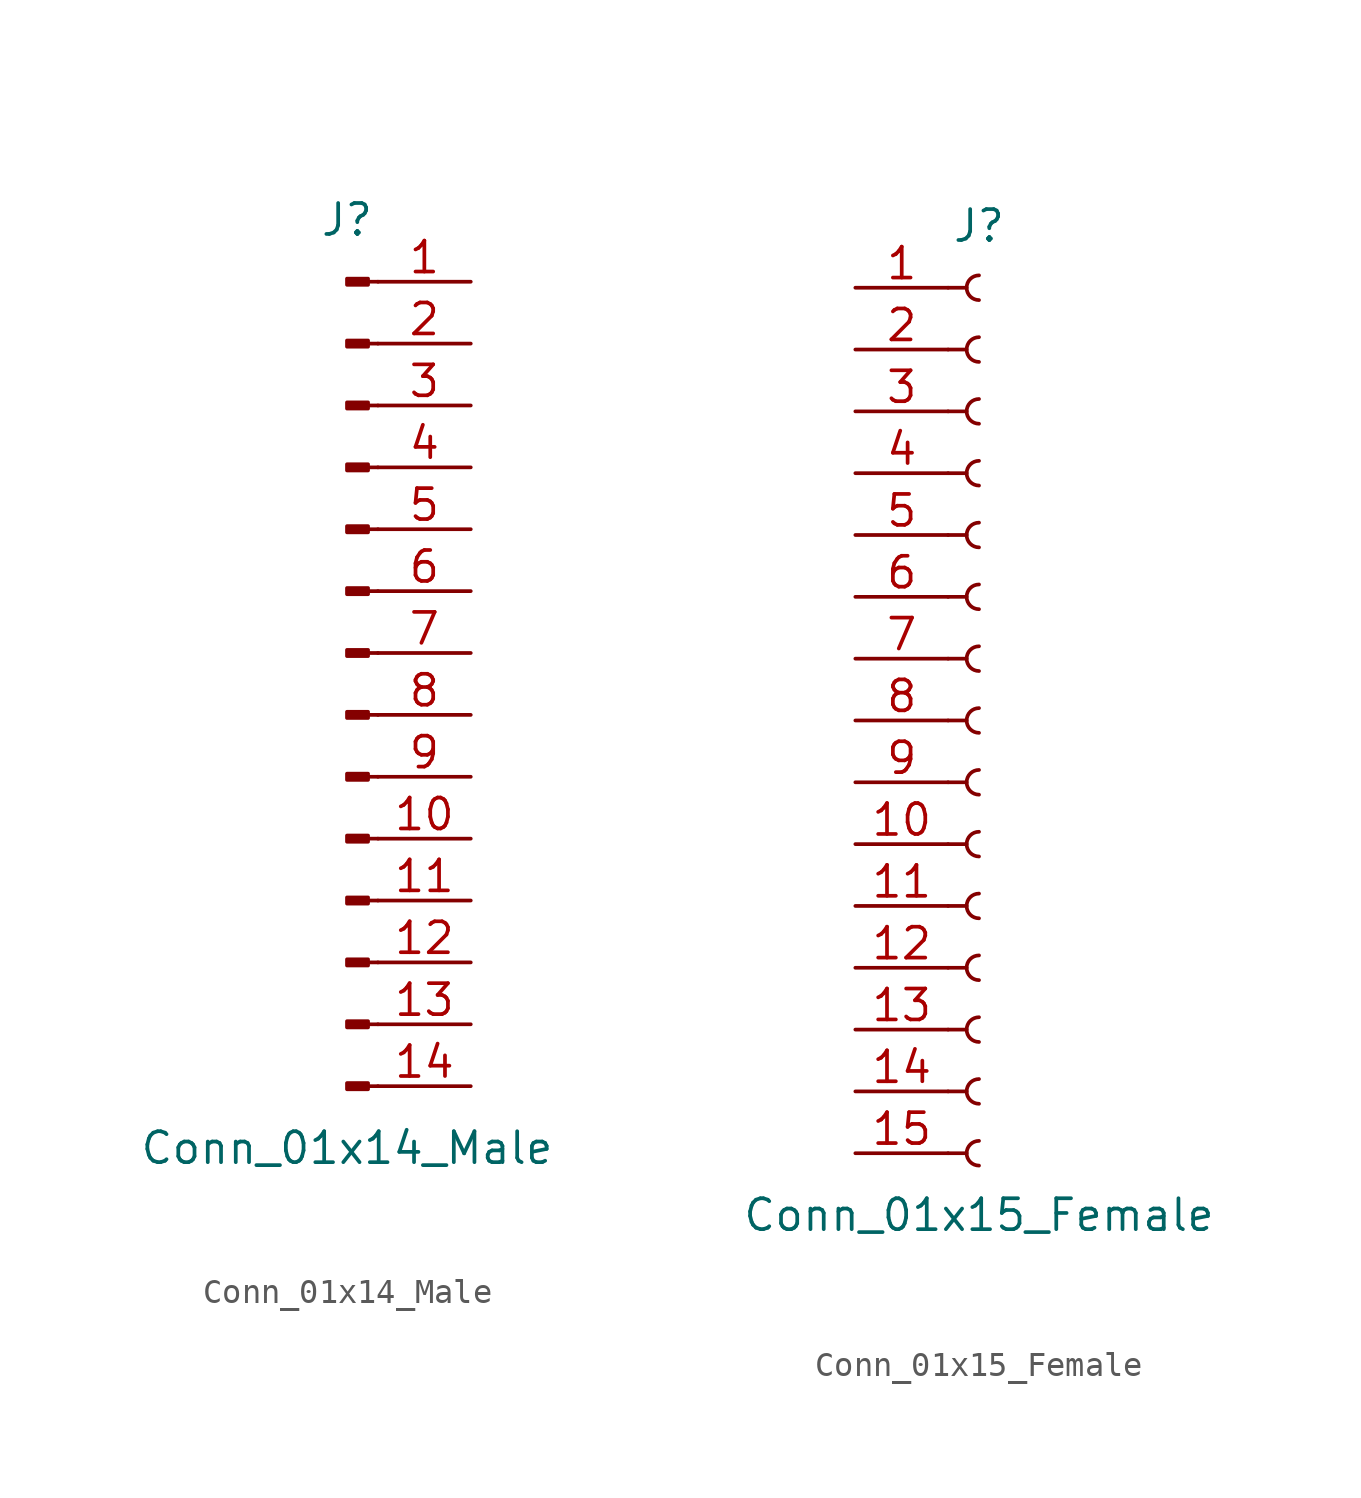
<source format=kicad_sym>
(kicad_symbol_lib
  (version 20201005)
  (generator kicad_symbol_editor)
  (symbol "Connector:Conn_01x14_Male"
    (pin_names
      (offset 1.016) hide)
    (property "Reference" "J"
      (at 0 17.78 0)
      (effects (font (size 1.27 1.27))))
    (property "Value" "Conn_01x14_Male"
      (at 0 -20.32 0)
      (effects (font (size 1.27 1.27))))
    (symbol "Conn_01x14_Male_1_1"
      (rectangle (start 0.864 -17.653) (end 0 -17.907) (stroke (width 0.152)) (fill (type outline)))
      (rectangle (start 0.864 -15.113) (end 0 -15.367) (stroke (width 0.152)) (fill (type outline)))
      (rectangle (start 0.864 -12.573) (end 0 -12.827) (stroke (width 0.152)) (fill (type outline)))
      (rectangle (start 0.864 -10.033) (end 0 -10.287) (stroke (width 0.152)) (fill (type outline)))
      (rectangle (start 0.864 -7.493) (end 0 -7.747) (stroke (width 0.152)) (fill (type outline)))
      (rectangle (start 0.864 -4.953) (end 0 -5.207) (stroke (width 0.152)) (fill (type outline)))
      (rectangle (start 0.864 -2.413) (end 0 -2.667) (stroke (width 0.152)) (fill (type outline)))
      (rectangle (start 0.864 0.127) (end 0 -0.127) (stroke (width 0.152)) (fill (type outline)))
      (rectangle (start 0.864 2.667) (end 0 2.413) (stroke (width 0.152)) (fill (type outline)))
      (rectangle (start 0.864 5.207) (end 0 4.953) (stroke (width 0.152)) (fill (type outline)))
      (rectangle (start 0.864 7.747) (end 0 7.493) (stroke (width 0.152)) (fill (type outline)))
      (rectangle (start 0.864 10.287) (end 0 10.033) (stroke (width 0.152)) (fill (type outline)))
      (rectangle (start 0.864 12.827) (end 0 12.573) (stroke (width 0.152)) (fill (type outline)))
      (rectangle (start 0.864 15.367) (end 0 15.113) (stroke (width 0.152)) (fill (type outline)))
      (polyline (pts (xy 1.27 -17.78) (xy 0.864 -17.78)) (stroke (width 0.152)) (fill (type none)))
      (polyline (pts (xy 1.27 -15.24) (xy 0.864 -15.24)) (stroke (width 0.152)) (fill (type none)))
      (polyline (pts (xy 1.27 -12.7) (xy 0.864 -12.7)) (stroke (width 0.152)) (fill (type none)))
      (polyline (pts (xy 1.27 -10.16) (xy 0.864 -10.16)) (stroke (width 0.152)) (fill (type none)))
      (polyline (pts (xy 1.27 -7.62) (xy 0.864 -7.62)) (stroke (width 0.152)) (fill (type none)))
      (polyline (pts (xy 1.27 -5.08) (xy 0.864 -5.08)) (stroke (width 0.152)) (fill (type none)))
      (polyline (pts (xy 1.27 -2.54) (xy 0.864 -2.54)) (stroke (width 0.152)) (fill (type none)))
      (polyline (pts (xy 1.27 0) (xy 0.864 0)) (stroke (width 0.152)) (fill (type none)))
      (polyline (pts (xy 1.27 2.54) (xy 0.864 2.54)) (stroke (width 0.152)) (fill (type none)))
      (polyline (pts (xy 1.27 5.08) (xy 0.864 5.08)) (stroke (width 0.152)) (fill (type none)))
      (polyline (pts (xy 1.27 7.62) (xy 0.864 7.62)) (stroke (width 0.152)) (fill (type none)))
      (polyline (pts (xy 1.27 10.16) (xy 0.864 10.16)) (stroke (width 0.152)) (fill (type none)))
      (polyline (pts (xy 1.27 12.7) (xy 0.864 12.7)) (stroke (width 0.152)) (fill (type none)))
      (polyline (pts (xy 1.27 15.24) (xy 0.864 15.24)) (stroke (width 0.152)) (fill (type none)))
      (pin passive line (at 5.08 15.24 180) (length 3.81) (name "Pin_1" (effects (font (size 1.27 1.27)))) (number "1" (effects (font (size 1.27 1.27)))))
      (pin passive line (at 5.08 -7.62 180) (length 3.81) (name "Pin_10" (effects (font (size 1.27 1.27)))) (number "10" (effects (font (size 1.27 1.27)))))
      (pin passive line (at 5.08 -10.16 180) (length 3.81) (name "Pin_11" (effects (font (size 1.27 1.27)))) (number "11" (effects (font (size 1.27 1.27)))))
      (pin passive line (at 5.08 -12.7 180) (length 3.81) (name "Pin_12" (effects (font (size 1.27 1.27)))) (number "12" (effects (font (size 1.27 1.27)))))
      (pin passive line (at 5.08 -15.24 180) (length 3.81) (name "Pin_13" (effects (font (size 1.27 1.27)))) (number "13" (effects (font (size 1.27 1.27)))))
      (pin passive line (at 5.08 -17.78 180) (length 3.81) (name "Pin_14" (effects (font (size 1.27 1.27)))) (number "14" (effects (font (size 1.27 1.27)))))
      (pin passive line (at 5.08 12.7 180) (length 3.81) (name "Pin_2" (effects (font (size 1.27 1.27)))) (number "2" (effects (font (size 1.27 1.27)))))
      (pin passive line (at 5.08 10.16 180) (length 3.81) (name "Pin_3" (effects (font (size 1.27 1.27)))) (number "3" (effects (font (size 1.27 1.27)))))
      (pin passive line (at 5.08 7.62 180) (length 3.81) (name "Pin_4" (effects (font (size 1.27 1.27)))) (number "4" (effects (font (size 1.27 1.27)))))
      (pin passive line (at 5.08 5.08 180) (length 3.81) (name "Pin_5" (effects (font (size 1.27 1.27)))) (number "5" (effects (font (size 1.27 1.27)))))
      (pin passive line (at 5.08 2.54 180) (length 3.81) (name "Pin_6" (effects (font (size 1.27 1.27)))) (number "6" (effects (font (size 1.27 1.27)))))
      (pin passive line (at 5.08 0 180) (length 3.81) (name "Pin_7" (effects (font (size 1.27 1.27)))) (number "7" (effects (font (size 1.27 1.27)))))
      (pin passive line (at 5.08 -2.54 180) (length 3.81) (name "Pin_8" (effects (font (size 1.27 1.27)))) (number "8" (effects (font (size 1.27 1.27)))))
      (pin passive line (at 5.08 -5.08 180) (length 3.81) (name "Pin_9" (effects (font (size 1.27 1.27)))) (number "9" (effects (font (size 1.27 1.27)))))))
  (symbol "Connector:Conn_01x15_Female"
    (pin_names
      (offset 1.016) hide)
    (property "Reference" "J"
      (at 0 20.32 0)
      (effects (font (size 1.27 1.27))))
    (property "Value" "Conn_01x15_Female"
      (at 0 -20.32 0)
      (effects (font (size 1.27 1.27))))
    (symbol "Conn_01x15_Female_1_1"
      (arc (start 0 -17.272) (end 0 -18.288) (radius (at 0 -17.78) (length 0.508) (angles 90.1 -90.1)) (stroke (width 0.1524)) (fill (type none)))
      (arc (start 0 -14.732) (end 0 -15.748) (radius (at 0 -15.24) (length 0.508) (angles 90.1 -90.1)) (stroke (width 0.1524)) (fill (type none)))
      (arc (start 0 -12.192) (end 0 -13.208) (radius (at 0 -12.7) (length 0.508) (angles 90.1 -90.1)) (stroke (width 0.1524)) (fill (type none)))
      (arc (start 0 -9.652) (end 0 -10.668) (radius (at 0 -10.16) (length 0.508) (angles 90.1 -90.1)) (stroke (width 0.1524)) (fill (type none)))
      (arc (start 0 -7.112) (end 0 -8.128) (radius (at 0 -7.62) (length 0.508) (angles 90.1 -90.1)) (stroke (width 0.1524)) (fill (type none)))
      (arc (start 0 -4.572) (end 0 -5.588) (radius (at 0 -5.08) (length 0.508) (angles 90.1 -90.1)) (stroke (width 0.1524)) (fill (type none)))
      (arc (start 0 -2.032) (end 0 -3.048) (radius (at 0 -2.54) (length 0.508) (angles 90.1 -90.1)) (stroke (width 0.1524)) (fill (type none)))
      (arc (start 0 0.508) (end 0 -0.508) (radius (at 0 0) (length 0.508) (angles 90.1 -90.1)) (stroke (width 0.1524)) (fill (type none)))
      (arc (start 0 3.048) (end 0 2.032) (radius (at 0 2.54) (length 0.508) (angles 90.1 -90.1)) (stroke (width 0.1524)) (fill (type none)))
      (arc (start 0 5.588) (end 0 4.572) (radius (at 0 5.08) (length 0.508) (angles 90.1 -90.1)) (stroke (width 0.1524)) (fill (type none)))
      (arc (start 0 8.128) (end 0 7.112) (radius (at 0 7.62) (length 0.508) (angles 90.1 -90.1)) (stroke (width 0.1524)) (fill (type none)))
      (arc (start 0 10.668) (end 0 9.652) (radius (at 0 10.16) (length 0.508) (angles 90.1 -90.1)) (stroke (width 0.1524)) (fill (type none)))
      (arc (start 0 13.208) (end 0 12.192) (radius (at 0 12.7) (length 0.508) (angles 90.1 -90.1)) (stroke (width 0.1524)) (fill (type none)))
      (arc (start 0 15.748) (end 0 14.732) (radius (at 0 15.24) (length 0.508) (angles 90.1 -90.1)) (stroke (width 0.1524)) (fill (type none)))
      (arc (start 0 18.288) (end 0 17.272) (radius (at 0 17.78) (length 0.508) (angles 90.1 -90.1)) (stroke (width 0.1524)) (fill (type none)))
      (polyline (pts (xy -1.27 -17.78) (xy -0.508 -17.78)) (stroke (width 0.152)) (fill (type none)))
      (polyline (pts (xy -1.27 -15.24) (xy -0.508 -15.24)) (stroke (width 0.152)) (fill (type none)))
      (polyline (pts (xy -1.27 -12.7) (xy -0.508 -12.7)) (stroke (width 0.152)) (fill (type none)))
      (polyline (pts (xy -1.27 -10.16) (xy -0.508 -10.16)) (stroke (width 0.152)) (fill (type none)))
      (polyline (pts (xy -1.27 -7.62) (xy -0.508 -7.62)) (stroke (width 0.152)) (fill (type none)))
      (polyline (pts (xy -1.27 -5.08) (xy -0.508 -5.08)) (stroke (width 0.152)) (fill (type none)))
      (polyline (pts (xy -1.27 -2.54) (xy -0.508 -2.54)) (stroke (width 0.152)) (fill (type none)))
      (polyline (pts (xy -1.27 0) (xy -0.508 0)) (stroke (width 0.152)) (fill (type none)))
      (polyline (pts (xy -1.27 2.54) (xy -0.508 2.54)) (stroke (width 0.152)) (fill (type none)))
      (polyline (pts (xy -1.27 5.08) (xy -0.508 5.08)) (stroke (width 0.152)) (fill (type none)))
      (polyline (pts (xy -1.27 7.62) (xy -0.508 7.62)) (stroke (width 0.152)) (fill (type none)))
      (polyline (pts (xy -1.27 10.16) (xy -0.508 10.16)) (stroke (width 0.152)) (fill (type none)))
      (polyline (pts (xy -1.27 12.7) (xy -0.508 12.7)) (stroke (width 0.152)) (fill (type none)))
      (polyline (pts (xy -1.27 15.24) (xy -0.508 15.24)) (stroke (width 0.152)) (fill (type none)))
      (polyline (pts (xy -1.27 17.78) (xy -0.508 17.78)) (stroke (width 0.152)) (fill (type none)))
      (pin passive line (at -5.08 17.78 0) (length 3.81) (name "Pin_1" (effects (font (size 1.27 1.27)))) (number "1" (effects (font (size 1.27 1.27)))))
      (pin passive line (at -5.08 -5.08 0) (length 3.81) (name "Pin_10" (effects (font (size 1.27 1.27)))) (number "10" (effects (font (size 1.27 1.27)))))
      (pin passive line (at -5.08 -7.62 0) (length 3.81) (name "Pin_11" (effects (font (size 1.27 1.27)))) (number "11" (effects (font (size 1.27 1.27)))))
      (pin passive line (at -5.08 -10.16 0) (length 3.81) (name "Pin_12" (effects (font (size 1.27 1.27)))) (number "12" (effects (font (size 1.27 1.27)))))
      (pin passive line (at -5.08 -12.7 0) (length 3.81) (name "Pin_13" (effects (font (size 1.27 1.27)))) (number "13" (effects (font (size 1.27 1.27)))))
      (pin passive line (at -5.08 -15.24 0) (length 3.81) (name "Pin_14" (effects (font (size 1.27 1.27)))) (number "14" (effects (font (size 1.27 1.27)))))
      (pin passive line (at -5.08 -17.78 0) (length 3.81) (name "Pin_15" (effects (font (size 1.27 1.27)))) (number "15" (effects (font (size 1.27 1.27)))))
      (pin passive line (at -5.08 15.24 0) (length 3.81) (name "Pin_2" (effects (font (size 1.27 1.27)))) (number "2" (effects (font (size 1.27 1.27)))))
      (pin passive line (at -5.08 12.7 0) (length 3.81) (name "Pin_3" (effects (font (size 1.27 1.27)))) (number "3" (effects (font (size 1.27 1.27)))))
      (pin passive line (at -5.08 10.16 0) (length 3.81) (name "Pin_4" (effects (font (size 1.27 1.27)))) (number "4" (effects (font (size 1.27 1.27)))))
      (pin passive line (at -5.08 7.62 0) (length 3.81) (name "Pin_5" (effects (font (size 1.27 1.27)))) (number "5" (effects (font (size 1.27 1.27)))))
      (pin passive line (at -5.08 5.08 0) (length 3.81) (name "Pin_6" (effects (font (size 1.27 1.27)))) (number "6" (effects (font (size 1.27 1.27)))))
      (pin passive line (at -5.08 2.54 0) (length 3.81) (name "Pin_7" (effects (font (size 1.27 1.27)))) (number "7" (effects (font (size 1.27 1.27)))))
      (pin passive line (at -5.08 0 0) (length 3.81) (name "Pin_8" (effects (font (size 1.27 1.27)))) (number "8" (effects (font (size 1.27 1.27)))))
      (pin passive line (at -5.08 -2.54 0) (length 3.81) (name "Pin_9" (effects (font (size 1.27 1.27)))) (number "9" (effects (font (size 1.27 1.27))))))))
</source>
